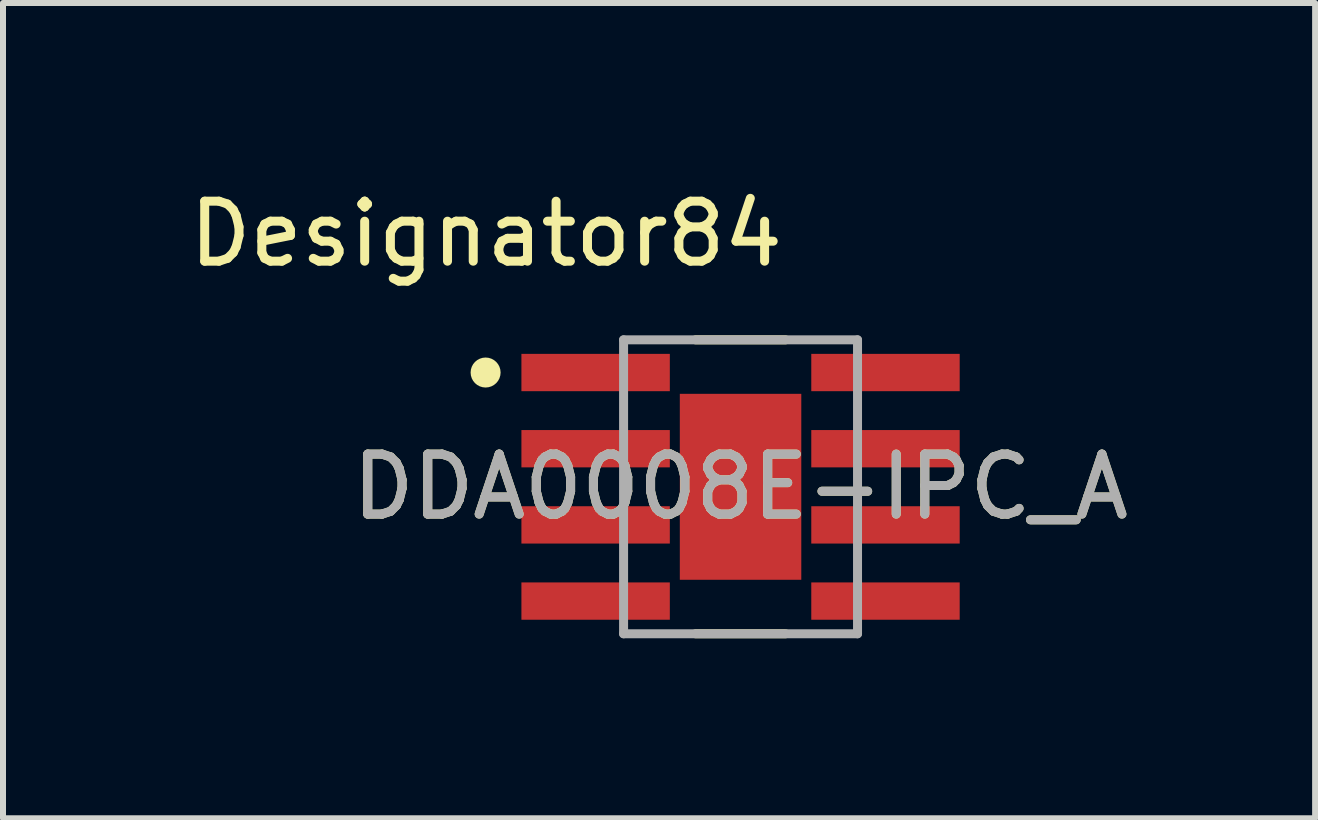
<source format=kicad_pcb>
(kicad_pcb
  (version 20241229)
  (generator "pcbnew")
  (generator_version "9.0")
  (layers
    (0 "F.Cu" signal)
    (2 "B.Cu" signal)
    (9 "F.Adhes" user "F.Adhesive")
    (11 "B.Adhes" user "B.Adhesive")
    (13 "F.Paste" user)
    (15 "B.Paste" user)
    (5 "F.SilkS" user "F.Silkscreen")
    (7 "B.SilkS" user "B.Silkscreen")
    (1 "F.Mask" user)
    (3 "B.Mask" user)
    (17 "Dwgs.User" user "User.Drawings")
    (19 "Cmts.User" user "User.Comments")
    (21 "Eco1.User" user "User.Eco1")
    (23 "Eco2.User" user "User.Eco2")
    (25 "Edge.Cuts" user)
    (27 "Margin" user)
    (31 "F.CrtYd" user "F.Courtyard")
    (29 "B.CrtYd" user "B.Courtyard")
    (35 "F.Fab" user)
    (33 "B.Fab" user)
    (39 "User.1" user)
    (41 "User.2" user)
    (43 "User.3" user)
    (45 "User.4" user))
  (footprint "DDA0008E-IPC_A"
    (layer "F.Cu")
    (at 9.295 5.065)
    (property "Reference" "DDA0008E-IPC_A" (at 0 0 0) (unlocked yes) (layer "F.SilkS") (effects (font (size 1 1) (thickness 0.15))))
    (attr smd)
    (fp_line (start -0.75 -2.45) (end 0.75 -2.45) (stroke (width 0.15) (type solid)) (layer "F.SilkS"))
    (fp_line (start -0.75 2.45) (end 0.75 2.45) (stroke (width 0.15) (type solid)) (layer "F.SilkS"))
    (fp_circle (center -4.25 -1.905) (end -4.125 -1.905) (stroke (width 0.25) (type solid)) (fill no) (layer "F.SilkS"))
    (fp_poly (pts (xy -0.568 1.105) (xy 0.568 1.105) (xy 0.568 -1.105) (xy -0.568 -1.105)) (stroke (width 0) (type solid)) (fill yes) (layer "F.Paste"))
    (fp_line (start -1.95 -2.45) (end 1.95 -2.45) (stroke (width 0.15) (type solid)) (layer "F.Fab"))
    (fp_line (start -1.95 2.45) (end -1.95 -2.45) (stroke (width 0.15) (type solid)) (layer "F.Fab"))
    (fp_line (start -1.95 2.45) (end 1.95 2.45) (stroke (width 0.15) (type solid)) (layer "F.Fab"))
    (fp_line (start 1.95 2.45) (end 1.95 -2.45) (stroke (width 0.15) (type solid)) (layer "F.Fab"))
    (fp_text user "Designator84" (at -4.242 -4.216 0) (unlocked yes) (layer "F.SilkS") (effects (font (size 1 1) (thickness 0.15))))
    (fp_text user "${REFERENCE}" (at 0 0 0) (unlocked yes) (layer "F.Fab") (effects (font (size 1 1) (thickness 0.15))))
    (pad "1" smd rect (at -2.416 -1.905) (size 2.474 0.622) (layers "F.Cu" "F.Mask" "F.Paste"))
    (pad "2" smd rect (at -2.416 -0.635) (size 2.474 0.622) (layers "F.Cu" "F.Mask" "F.Paste"))
    (pad "3" smd rect (at -2.416 0.635) (size 2.474 0.622) (layers "F.Cu" "F.Mask" "F.Paste"))
    (pad "4" smd rect (at -2.416 1.905) (size 2.474 0.622) (layers "F.Cu" "F.Mask" "F.Paste"))
    (pad "5" smd rect (at 2.416 1.905) (size 2.474 0.622) (layers "F.Cu" "F.Mask" "F.Paste"))
    (pad "6" smd rect (at 2.416 0.635) (size 2.474 0.622) (layers "F.Cu" "F.Mask" "F.Paste"))
    (pad "7" smd rect (at 2.416 -0.635) (size 2.474 0.622) (layers "F.Cu" "F.Mask" "F.Paste"))
    (pad "8" smd rect (at 2.416 -1.905) (size 2.474 0.622) (layers "F.Cu" "F.Mask" "F.Paste"))
    (pad "9" smd rect (at 0 0) (size 2.025 3.1) (layers "F.Cu" "F.Mask")))
  (gr_rect
    (start -3 -3)
    (end 18.873 10.59)
    (stroke (width 0.1) (type default))
    (fill no)
    (layer "Edge.Cuts")))
</source>
